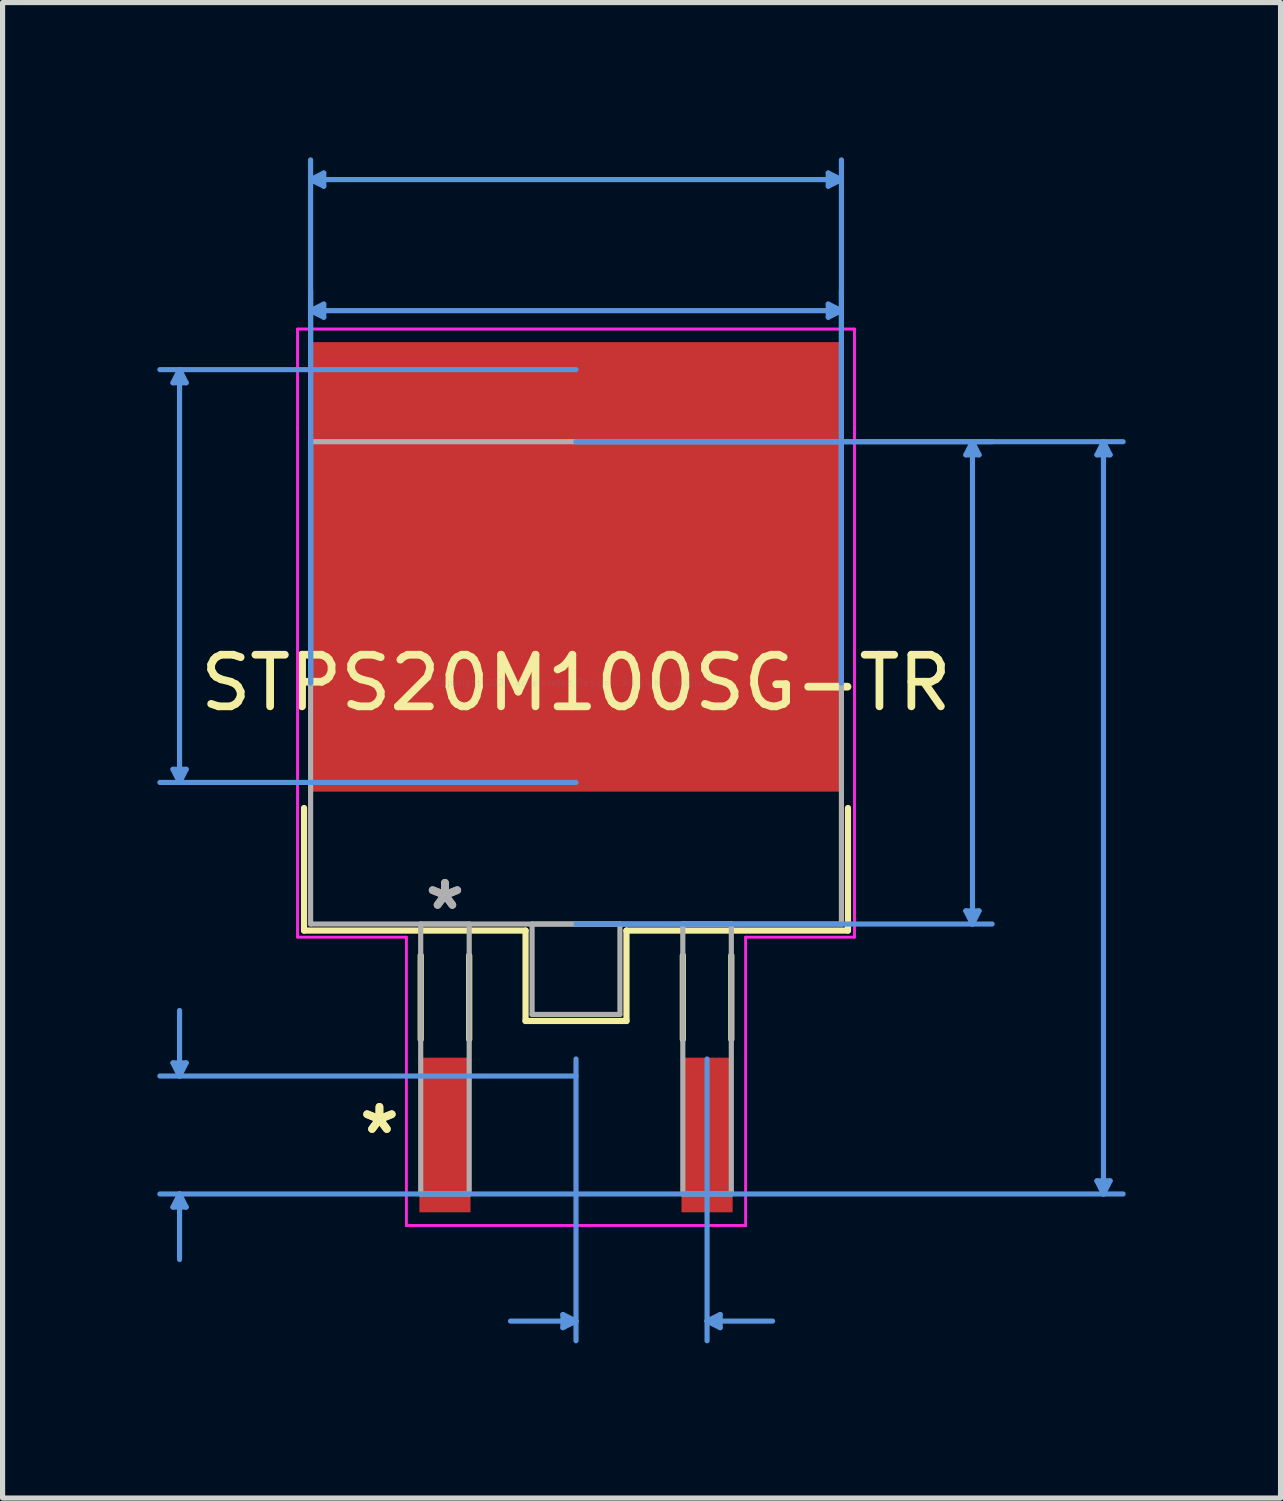
<source format=kicad_pcb>
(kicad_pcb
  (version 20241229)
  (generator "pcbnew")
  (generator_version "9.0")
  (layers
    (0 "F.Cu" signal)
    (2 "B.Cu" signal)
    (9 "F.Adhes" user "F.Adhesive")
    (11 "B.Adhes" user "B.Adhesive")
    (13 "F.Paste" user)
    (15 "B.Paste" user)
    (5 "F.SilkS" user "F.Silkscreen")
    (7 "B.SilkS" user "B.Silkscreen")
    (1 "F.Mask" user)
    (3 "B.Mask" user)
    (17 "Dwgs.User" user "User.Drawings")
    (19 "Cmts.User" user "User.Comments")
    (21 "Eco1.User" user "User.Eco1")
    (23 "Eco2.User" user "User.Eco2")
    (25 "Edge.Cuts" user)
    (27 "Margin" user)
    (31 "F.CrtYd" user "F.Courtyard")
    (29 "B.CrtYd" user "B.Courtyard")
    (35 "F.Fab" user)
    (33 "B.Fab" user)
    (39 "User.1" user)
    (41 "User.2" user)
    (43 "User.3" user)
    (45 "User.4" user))
  (footprint "STPS20M100SG-TR"
    (layer "F.Cu")
    (at 8.114 10.185)
    (property "Reference" "STPS20M100SG-TR" (at 0 0 0) (layer "F.SilkS") (effects (font (size 1 1) (thickness 0.15))))
    (attr through_hole)
    (fp_line (start -5.271 2.425) (end -5.271 4.801) (stroke (width 0.12) (type solid)) (layer "F.SilkS"))
    (fp_line (start -5.271 4.801) (end -0.978 4.801) (stroke (width 0.12) (type solid)) (layer "F.SilkS"))
    (fp_line (start -3.01 5.283) (end -3.01 6.909) (stroke (width 0.12) (type solid)) (layer "F.SilkS"))
    (fp_line (start -2.07 5.283) (end -2.07 6.909) (stroke (width 0.12) (type solid)) (layer "F.SilkS"))
    (fp_line (start -0.978 4.801) (end -0.978 6.553) (stroke (width 0.12) (type solid)) (layer "F.SilkS"))
    (fp_line (start -0.978 6.553) (end 0.978 6.553) (stroke (width 0.12) (type solid)) (layer "F.SilkS"))
    (fp_line (start 0.978 4.801) (end 5.271 4.801) (stroke (width 0.12) (type solid)) (layer "F.SilkS"))
    (fp_line (start 0.978 6.553) (end 0.978 4.801) (stroke (width 0.12) (type solid)) (layer "F.SilkS"))
    (fp_line (start 2.07 5.283) (end 2.07 6.909) (stroke (width 0.12) (type solid)) (layer "F.SilkS"))
    (fp_line (start 3.01 5.283) (end 3.01 6.909) (stroke (width 0.12) (type solid)) (layer "F.SilkS"))
    (fp_line (start 5.271 4.801) (end 5.271 2.425) (stroke (width 0.12) (type solid)) (layer "F.SilkS"))
    (fp_line (start -7.811 -5.817) (end -7.556 -5.817) (stroke (width 0.1) (type solid)) (layer "Cmts.User"))
    (fp_line (start -7.811 1.676) (end -7.556 1.676) (stroke (width 0.1) (type solid)) (layer "Cmts.User"))
    (fp_line (start -7.811 7.366) (end -7.556 7.366) (stroke (width 0.1) (type solid)) (layer "Cmts.User"))
    (fp_line (start -7.811 10.16) (end -7.556 10.16) (stroke (width 0.1) (type solid)) (layer "Cmts.User"))
    (fp_line (start -7.684 -6.071) (end -7.811 -5.817) (stroke (width 0.1) (type solid)) (layer "Cmts.User"))
    (fp_line (start -7.684 -6.071) (end -7.684 1.93) (stroke (width 0.1) (type solid)) (layer "Cmts.User"))
    (fp_line (start -7.684 -6.071) (end -7.556 -5.817) (stroke (width 0.1) (type solid)) (layer "Cmts.User"))
    (fp_line (start -7.684 1.93) (end -7.811 1.676) (stroke (width 0.1) (type solid)) (layer "Cmts.User"))
    (fp_line (start -7.684 1.93) (end -7.556 1.676) (stroke (width 0.1) (type solid)) (layer "Cmts.User"))
    (fp_line (start -7.684 7.62) (end -7.811 7.366) (stroke (width 0.1) (type solid)) (layer "Cmts.User"))
    (fp_line (start -7.684 7.62) (end -7.684 6.35) (stroke (width 0.1) (type solid)) (layer "Cmts.User"))
    (fp_line (start -7.684 7.62) (end -7.556 7.366) (stroke (width 0.1) (type solid)) (layer "Cmts.User"))
    (fp_line (start -7.684 9.906) (end -7.811 10.16) (stroke (width 0.1) (type solid)) (layer "Cmts.User"))
    (fp_line (start -7.684 9.906) (end -7.684 11.176) (stroke (width 0.1) (type solid)) (layer "Cmts.User"))
    (fp_line (start -7.684 9.906) (end -7.556 10.16) (stroke (width 0.1) (type solid)) (layer "Cmts.User"))
    (fp_line (start -5.144 -9.754) (end -4.889 -9.881) (stroke (width 0.1) (type solid)) (layer "Cmts.User"))
    (fp_line (start -5.144 -9.754) (end -4.889 -9.627) (stroke (width 0.1) (type solid)) (layer "Cmts.User"))
    (fp_line (start -5.144 -9.754) (end 5.144 -9.754) (stroke (width 0.1) (type solid)) (layer "Cmts.User"))
    (fp_line (start -5.144 -7.214) (end -4.889 -7.341) (stroke (width 0.1) (type solid)) (layer "Cmts.User"))
    (fp_line (start -5.144 -7.214) (end -4.889 -7.087) (stroke (width 0.1) (type solid)) (layer "Cmts.User"))
    (fp_line (start -5.144 -7.214) (end 5.144 -7.214) (stroke (width 0.1) (type solid)) (layer "Cmts.User"))
    (fp_line (start -5.144 0) (end -5.144 -10.135) (stroke (width 0.1) (type solid)) (layer "Cmts.User"))
    (fp_line (start -5.144 0) (end -5.144 -7.595) (stroke (width 0.1) (type solid)) (layer "Cmts.User"))
    (fp_line (start -4.889 -9.881) (end -4.889 -9.627) (stroke (width 0.1) (type solid)) (layer "Cmts.User"))
    (fp_line (start -4.889 -7.341) (end -4.889 -7.087) (stroke (width 0.1) (type solid)) (layer "Cmts.User"))
    (fp_line (start -0.254 12.243) (end -0.254 12.497) (stroke (width 0.1) (type solid)) (layer "Cmts.User"))
    (fp_line (start 0 -6.071) (end -8.065 -6.071) (stroke (width 0.1) (type solid)) (layer "Cmts.User"))
    (fp_line (start 0 -4.674) (end 8.065 -4.674) (stroke (width 0.1) (type solid)) (layer "Cmts.User"))
    (fp_line (start 0 -4.674) (end 10.604 -4.674) (stroke (width 0.1) (type solid)) (layer "Cmts.User"))
    (fp_line (start 0 1.93) (end -8.065 1.93) (stroke (width 0.1) (type solid)) (layer "Cmts.User"))
    (fp_line (start 0 4.674) (end 8.065 4.674) (stroke (width 0.1) (type solid)) (layer "Cmts.User"))
    (fp_line (start 0 7.29) (end 0 12.751) (stroke (width 0.1) (type solid)) (layer "Cmts.User"))
    (fp_line (start 0 7.62) (end -8.065 7.62) (stroke (width 0.1) (type solid)) (layer "Cmts.User"))
    (fp_line (start 0 9.906) (end -8.065 9.906) (stroke (width 0.1) (type solid)) (layer "Cmts.User"))
    (fp_line (start 0 9.906) (end 10.604 9.906) (stroke (width 0.1) (type solid)) (layer "Cmts.User"))
    (fp_line (start 0 12.37) (end -1.27 12.37) (stroke (width 0.1) (type solid)) (layer "Cmts.User"))
    (fp_line (start 0 12.37) (end -0.254 12.243) (stroke (width 0.1) (type solid)) (layer "Cmts.User"))
    (fp_line (start 0 12.37) (end -0.254 12.497) (stroke (width 0.1) (type solid)) (layer "Cmts.User"))
    (fp_line (start 2.54 7.29) (end 2.54 12.751) (stroke (width 0.1) (type solid)) (layer "Cmts.User"))
    (fp_line (start 2.54 12.37) (end 2.794 12.243) (stroke (width 0.1) (type solid)) (layer "Cmts.User"))
    (fp_line (start 2.54 12.37) (end 2.794 12.497) (stroke (width 0.1) (type solid)) (layer "Cmts.User"))
    (fp_line (start 2.54 12.37) (end 3.81 12.37) (stroke (width 0.1) (type solid)) (layer "Cmts.User"))
    (fp_line (start 2.794 12.243) (end 2.794 12.497) (stroke (width 0.1) (type solid)) (layer "Cmts.User"))
    (fp_line (start 4.889 -9.881) (end 4.889 -9.627) (stroke (width 0.1) (type solid)) (layer "Cmts.User"))
    (fp_line (start 4.889 -7.341) (end 4.889 -7.087) (stroke (width 0.1) (type solid)) (layer "Cmts.User"))
    (fp_line (start 5.144 -9.754) (end 4.889 -9.881) (stroke (width 0.1) (type solid)) (layer "Cmts.User"))
    (fp_line (start 5.144 -9.754) (end 4.889 -9.627) (stroke (width 0.1) (type solid)) (layer "Cmts.User"))
    (fp_line (start 5.144 -7.214) (end 4.889 -7.341) (stroke (width 0.1) (type solid)) (layer "Cmts.User"))
    (fp_line (start 5.144 -7.214) (end 4.889 -7.087) (stroke (width 0.1) (type solid)) (layer "Cmts.User"))
    (fp_line (start 5.144 0) (end 5.144 -10.135) (stroke (width 0.1) (type solid)) (layer "Cmts.User"))
    (fp_line (start 5.144 0) (end 5.144 -7.595) (stroke (width 0.1) (type solid)) (layer "Cmts.User"))
    (fp_line (start 7.556 -4.42) (end 7.811 -4.42) (stroke (width 0.1) (type solid)) (layer "Cmts.User"))
    (fp_line (start 7.556 4.42) (end 7.811 4.42) (stroke (width 0.1) (type solid)) (layer "Cmts.User"))
    (fp_line (start 7.684 -4.674) (end 7.556 -4.42) (stroke (width 0.1) (type solid)) (layer "Cmts.User"))
    (fp_line (start 7.684 -4.674) (end 7.684 4.674) (stroke (width 0.1) (type solid)) (layer "Cmts.User"))
    (fp_line (start 7.684 -4.674) (end 7.811 -4.42) (stroke (width 0.1) (type solid)) (layer "Cmts.User"))
    (fp_line (start 7.684 4.674) (end 7.556 4.42) (stroke (width 0.1) (type solid)) (layer "Cmts.User"))
    (fp_line (start 7.684 4.674) (end 7.811 4.42) (stroke (width 0.1) (type solid)) (layer "Cmts.User"))
    (fp_line (start 10.097 -4.42) (end 10.351 -4.42) (stroke (width 0.1) (type solid)) (layer "Cmts.User"))
    (fp_line (start 10.097 9.652) (end 10.351 9.652) (stroke (width 0.1) (type solid)) (layer "Cmts.User"))
    (fp_line (start 10.223 -4.674) (end 10.097 -4.42) (stroke (width 0.1) (type solid)) (layer "Cmts.User"))
    (fp_line (start 10.223 -4.674) (end 10.223 9.906) (stroke (width 0.1) (type solid)) (layer "Cmts.User"))
    (fp_line (start 10.223 -4.674) (end 10.351 -4.42) (stroke (width 0.1) (type solid)) (layer "Cmts.User"))
    (fp_line (start 10.223 9.906) (end 10.097 9.652) (stroke (width 0.1) (type solid)) (layer "Cmts.User"))
    (fp_line (start 10.223 9.906) (end 10.351 9.652) (stroke (width 0.1) (type solid)) (layer "Cmts.User"))
    (fp_line (start -5.397 -6.858) (end 5.397 -6.858) (stroke (width 0.05) (type solid)) (layer "F.CrtYd"))
    (fp_line (start -5.397 -6.858) (end 5.397 -6.858) (stroke (width 0.05) (type solid)) (layer "F.CrtYd"))
    (fp_line (start -5.397 -4.928) (end -5.397 -6.858) (stroke (width 0.05) (type solid)) (layer "F.CrtYd"))
    (fp_line (start -5.397 -4.928) (end -5.397 -6.858) (stroke (width 0.05) (type solid)) (layer "F.CrtYd"))
    (fp_line (start -5.397 -4.928) (end -5.397 -4.928) (stroke (width 0.05) (type solid)) (layer "F.CrtYd"))
    (fp_line (start -5.397 -4.928) (end -5.397 -4.928) (stroke (width 0.05) (type solid)) (layer "F.CrtYd"))
    (fp_line (start -5.397 4.928) (end -5.397 -4.928) (stroke (width 0.05) (type solid)) (layer "F.CrtYd"))
    (fp_line (start -5.397 4.928) (end -5.397 -4.928) (stroke (width 0.05) (type solid)) (layer "F.CrtYd"))
    (fp_line (start -3.289 4.928) (end -5.397 4.928) (stroke (width 0.05) (type solid)) (layer "F.CrtYd"))
    (fp_line (start -3.289 4.928) (end -5.397 4.928) (stroke (width 0.05) (type solid)) (layer "F.CrtYd"))
    (fp_line (start -3.289 10.516) (end -3.289 4.928) (stroke (width 0.05) (type solid)) (layer "F.CrtYd"))
    (fp_line (start -3.289 10.516) (end -3.289 4.928) (stroke (width 0.05) (type solid)) (layer "F.CrtYd"))
    (fp_line (start 3.289 4.928) (end 3.289 10.516) (stroke (width 0.05) (type solid)) (layer "F.CrtYd"))
    (fp_line (start 3.289 4.928) (end 3.289 10.516) (stroke (width 0.05) (type solid)) (layer "F.CrtYd"))
    (fp_line (start 3.289 10.516) (end -3.289 10.516) (stroke (width 0.05) (type solid)) (layer "F.CrtYd"))
    (fp_line (start 3.289 10.516) (end -3.289 10.516) (stroke (width 0.05) (type solid)) (layer "F.CrtYd"))
    (fp_line (start 5.397 -6.858) (end 5.397 -4.928) (stroke (width 0.05) (type solid)) (layer "F.CrtYd"))
    (fp_line (start 5.397 -6.858) (end 5.397 -4.928) (stroke (width 0.05) (type solid)) (layer "F.CrtYd"))
    (fp_line (start 5.397 -4.928) (end 5.397 -4.928) (stroke (width 0.05) (type solid)) (layer "F.CrtYd"))
    (fp_line (start 5.397 -4.928) (end 5.397 -4.928) (stroke (width 0.05) (type solid)) (layer "F.CrtYd"))
    (fp_line (start 5.397 -4.928) (end 5.397 4.928) (stroke (width 0.05) (type solid)) (layer "F.CrtYd"))
    (fp_line (start 5.397 -4.928) (end 5.397 4.928) (stroke (width 0.05) (type solid)) (layer "F.CrtYd"))
    (fp_line (start 5.397 4.928) (end 3.289 4.928) (stroke (width 0.05) (type solid)) (layer "F.CrtYd"))
    (fp_line (start 5.397 4.928) (end 3.289 4.928) (stroke (width 0.05) (type solid)) (layer "F.CrtYd"))
    (fp_line (start -5.144 -4.674) (end -5.144 4.674) (stroke (width 0.1) (type solid)) (layer "F.Fab"))
    (fp_line (start -5.144 4.674) (end 5.144 4.674) (stroke (width 0.1) (type solid)) (layer "F.Fab"))
    (fp_line (start -3.01 4.674) (end -3.01 9.906) (stroke (width 0.1) (type solid)) (layer "F.Fab"))
    (fp_line (start -3.01 9.906) (end -2.07 9.906) (stroke (width 0.1) (type solid)) (layer "F.Fab"))
    (fp_line (start -2.07 4.674) (end -3.01 4.674) (stroke (width 0.1) (type solid)) (layer "F.Fab"))
    (fp_line (start -2.07 9.906) (end -2.07 4.674) (stroke (width 0.1) (type solid)) (layer "F.Fab"))
    (fp_line (start -0.851 4.674) (end -0.851 6.426) (stroke (width 0.1) (type solid)) (layer "F.Fab"))
    (fp_line (start -0.851 6.426) (end 0.851 6.426) (stroke (width 0.1) (type solid)) (layer "F.Fab"))
    (fp_line (start 0.851 4.674) (end -0.851 4.674) (stroke (width 0.1) (type solid)) (layer "F.Fab"))
    (fp_line (start 0.851 6.426) (end 0.851 4.674) (stroke (width 0.1) (type solid)) (layer "F.Fab"))
    (fp_line (start 2.07 4.674) (end 2.07 9.906) (stroke (width 0.1) (type solid)) (layer "F.Fab"))
    (fp_line (start 2.07 9.906) (end 3.01 9.906) (stroke (width 0.1) (type solid)) (layer "F.Fab"))
    (fp_line (start 3.01 4.674) (end 2.07 4.674) (stroke (width 0.1) (type solid)) (layer "F.Fab"))
    (fp_line (start 3.01 9.906) (end 3.01 4.674) (stroke (width 0.1) (type solid)) (layer "F.Fab"))
    (fp_line (start 5.144 -4.674) (end -5.144 -4.674) (stroke (width 0.1) (type solid)) (layer "F.Fab"))
    (fp_line (start 5.144 4.674) (end 5.144 -4.674) (stroke (width 0.1) (type solid)) (layer "F.Fab"))
    (fp_text user "*" (at -3.81 8.763 0) (layer "F.SilkS") (effects (font (size 1 1) (thickness 0.15))))
    (fp_text user "*" (at -3.81 8.763 0) (layer "F.SilkS") (effects (font (size 1 1) (thickness 0.15))))
    (fp_text user "Copyright 2021 Accelerated Designs. All rights reserved." (at 0 0 0) (layer "Cmts.User") (effects (font (size 0.127 0.127) (thickness 0.002))))
    (fp_text user "*" (at -2.54 4.42 0) (layer "F.Fab") (effects (font (size 1 1) (thickness 0.15))))
    (fp_text user "*" (at -2.54 4.42 0) (layer "F.Fab") (effects (font (size 1 1) (thickness 0.15))))
    (pad "1" smd rect (at -2.54 8.763) (size 0.991 2.997) (layers "F.Cu" "F.Mask" "F.Paste"))
    (pad "2" smd rect (at 2.54 8.763) (size 0.991 2.997) (layers "F.Cu" "F.Mask" "F.Paste"))
    (pad "3" smd rect (at 0 -2.248) (size 10.338 8.712) (layers "F.Cu" "F.Mask" "F.Paste")))
  (gr_rect
    (start -3 -3)
    (end 21.769 25.985)
    (stroke (width 0.1) (type default))
    (fill no)
    (layer "Edge.Cuts")))
</source>
